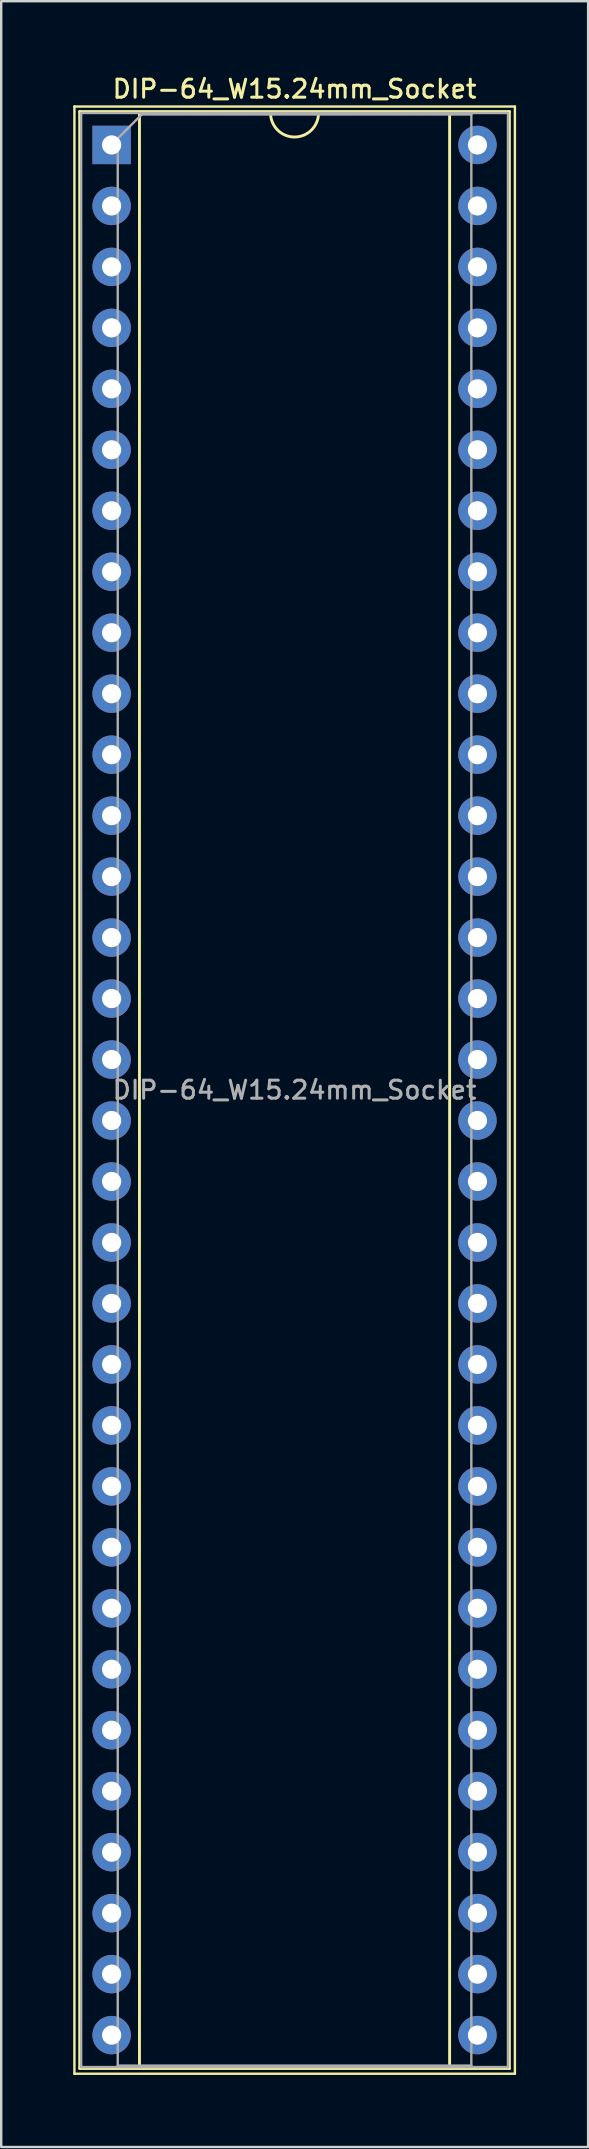
<source format=kicad_pcb>
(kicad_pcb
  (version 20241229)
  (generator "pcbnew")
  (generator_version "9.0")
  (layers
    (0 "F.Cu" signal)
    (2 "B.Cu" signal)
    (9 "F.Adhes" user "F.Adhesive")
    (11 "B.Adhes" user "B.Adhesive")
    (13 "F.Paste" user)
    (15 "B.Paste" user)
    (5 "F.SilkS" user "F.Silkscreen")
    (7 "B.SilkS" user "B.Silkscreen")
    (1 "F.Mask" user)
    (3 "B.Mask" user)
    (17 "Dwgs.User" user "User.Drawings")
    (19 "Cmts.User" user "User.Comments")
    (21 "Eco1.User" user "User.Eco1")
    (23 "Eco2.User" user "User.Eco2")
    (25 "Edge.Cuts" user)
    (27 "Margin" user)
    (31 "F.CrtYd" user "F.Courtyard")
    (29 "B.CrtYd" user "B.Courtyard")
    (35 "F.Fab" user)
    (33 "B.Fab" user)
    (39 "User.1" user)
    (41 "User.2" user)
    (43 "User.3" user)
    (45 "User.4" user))
  (footprint "DIP-64_W15.24mm_Socket"
    (layer "F.Cu")
    (at 1.6 2.988)
    (property "Reference" "DIP-64_W15.24mm_Socket" (at 7.62 -2.33 0) (layer "F.SilkS") (effects (font (size 0.75 0.75) (thickness 0.125))))
    (attr through_hole)
    (fp_line (start -1.55 -1.6) (end -1.55 80.35) (stroke (width 0.1) (type solid)) (layer "F.SilkS"))
    (fp_line (start -1.55 80.35) (end 16.8 80.35) (stroke (width 0.1) (type solid)) (layer "F.SilkS"))
    (fp_line (start -1.33 -1.39) (end -1.33 80.13) (stroke (width 0.12) (type solid)) (layer "F.SilkS"))
    (fp_line (start -1.33 80.13) (end 16.57 80.13) (stroke (width 0.12) (type solid)) (layer "F.SilkS"))
    (fp_line (start 1.16 -1.33) (end 1.16 80.07) (stroke (width 0.12) (type solid)) (layer "F.SilkS"))
    (fp_line (start 1.16 80.07) (end 14.08 80.07) (stroke (width 0.12) (type solid)) (layer "F.SilkS"))
    (fp_line (start 6.62 -1.33) (end 1.16 -1.33) (stroke (width 0.12) (type solid)) (layer "F.SilkS"))
    (fp_line (start 14.08 -1.33) (end 8.62 -1.33) (stroke (width 0.12) (type solid)) (layer "F.SilkS"))
    (fp_line (start 14.08 80.07) (end 14.08 -1.33) (stroke (width 0.12) (type solid)) (layer "F.SilkS"))
    (fp_line (start 16.57 -1.39) (end -1.33 -1.39) (stroke (width 0.12) (type solid)) (layer "F.SilkS"))
    (fp_line (start 16.57 80.13) (end 16.57 -1.39) (stroke (width 0.12) (type solid)) (layer "F.SilkS"))
    (fp_line (start 16.8 -1.6) (end -1.55 -1.6) (stroke (width 0.1) (type solid)) (layer "F.SilkS"))
    (fp_line (start 16.8 80.35) (end 16.8 -1.6) (stroke (width 0.1) (type solid)) (layer "F.SilkS"))
    (fp_arc (start 8.62 -1.33) (mid 7.62 -0.33) (end 6.62 -1.33) (stroke (width 0.12) (type solid)) (layer "F.SilkS"))
    (fp_line (start -1.27 -1.33) (end -1.27 80.07) (stroke (width 0.1) (type solid)) (layer "F.Fab"))
    (fp_line (start -1.27 80.07) (end 16.51 80.07) (stroke (width 0.1) (type solid)) (layer "F.Fab"))
    (fp_line (start 0.255 -0.27) (end 1.255 -1.27) (stroke (width 0.1) (type solid)) (layer "F.Fab"))
    (fp_line (start 0.255 80.01) (end 0.255 -0.27) (stroke (width 0.1) (type solid)) (layer "F.Fab"))
    (fp_line (start 1.255 -1.27) (end 14.985 -1.27) (stroke (width 0.1) (type solid)) (layer "F.Fab"))
    (fp_line (start 14.985 -1.27) (end 14.985 80.01) (stroke (width 0.1) (type solid)) (layer "F.Fab"))
    (fp_line (start 14.985 80.01) (end 0.255 80.01) (stroke (width 0.1) (type solid)) (layer "F.Fab"))
    (fp_line (start 16.51 -1.33) (end -1.27 -1.33) (stroke (width 0.1) (type solid)) (layer "F.Fab"))
    (fp_line (start 16.51 80.07) (end 16.51 -1.33) (stroke (width 0.1) (type solid)) (layer "F.Fab"))
    (fp_text user "${REFERENCE}" (at 7.62 39.37 0) (layer "F.Fab") (effects (font (size 0.75 0.75) (thickness 0.125))))
    (pad "1" thru_hole rect (at 0 0) (size 1.6 1.6) (drill 0.8) (layers "*.Cu" "*.Mask"))
    (pad "2" thru_hole oval (at 0 2.54) (size 1.6 1.6) (drill 0.8) (layers "*.Cu" "*.Mask"))
    (pad "3" thru_hole oval (at 0 5.08) (size 1.6 1.6) (drill 0.8) (layers "*.Cu" "*.Mask"))
    (pad "4" thru_hole oval (at 0 7.62) (size 1.6 1.6) (drill 0.8) (layers "*.Cu" "*.Mask"))
    (pad "5" thru_hole oval (at 0 10.16) (size 1.6 1.6) (drill 0.8) (layers "*.Cu" "*.Mask"))
    (pad "6" thru_hole oval (at 0 12.7) (size 1.6 1.6) (drill 0.8) (layers "*.Cu" "*.Mask"))
    (pad "7" thru_hole oval (at 0 15.24) (size 1.6 1.6) (drill 0.8) (layers "*.Cu" "*.Mask"))
    (pad "8" thru_hole oval (at 0 17.78) (size 1.6 1.6) (drill 0.8) (layers "*.Cu" "*.Mask"))
    (pad "9" thru_hole oval (at 0 20.32) (size 1.6 1.6) (drill 0.8) (layers "*.Cu" "*.Mask"))
    (pad "10" thru_hole oval (at 0 22.86) (size 1.6 1.6) (drill 0.8) (layers "*.Cu" "*.Mask"))
    (pad "11" thru_hole oval (at 0 25.4) (size 1.6 1.6) (drill 0.8) (layers "*.Cu" "*.Mask"))
    (pad "12" thru_hole oval (at 0 27.94) (size 1.6 1.6) (drill 0.8) (layers "*.Cu" "*.Mask"))
    (pad "13" thru_hole oval (at 0 30.48) (size 1.6 1.6) (drill 0.8) (layers "*.Cu" "*.Mask"))
    (pad "14" thru_hole oval (at 0 33.02) (size 1.6 1.6) (drill 0.8) (layers "*.Cu" "*.Mask"))
    (pad "15" thru_hole oval (at 0 35.56) (size 1.6 1.6) (drill 0.8) (layers "*.Cu" "*.Mask"))
    (pad "16" thru_hole oval (at 0 38.1) (size 1.6 1.6) (drill 0.8) (layers "*.Cu" "*.Mask"))
    (pad "17" thru_hole oval (at 0 40.64) (size 1.6 1.6) (drill 0.8) (layers "*.Cu" "*.Mask"))
    (pad "18" thru_hole oval (at 0 43.18) (size 1.6 1.6) (drill 0.8) (layers "*.Cu" "*.Mask"))
    (pad "19" thru_hole oval (at 0 45.72) (size 1.6 1.6) (drill 0.8) (layers "*.Cu" "*.Mask"))
    (pad "20" thru_hole oval (at 0 48.26) (size 1.6 1.6) (drill 0.8) (layers "*.Cu" "*.Mask"))
    (pad "21" thru_hole oval (at 0 50.8) (size 1.6 1.6) (drill 0.8) (layers "*.Cu" "*.Mask"))
    (pad "22" thru_hole oval (at 0 53.34) (size 1.6 1.6) (drill 0.8) (layers "*.Cu" "*.Mask"))
    (pad "23" thru_hole oval (at 0 55.88) (size 1.6 1.6) (drill 0.8) (layers "*.Cu" "*.Mask"))
    (pad "24" thru_hole oval (at 0 58.42) (size 1.6 1.6) (drill 0.8) (layers "*.Cu" "*.Mask"))
    (pad "25" thru_hole oval (at 0 60.96) (size 1.6 1.6) (drill 0.8) (layers "*.Cu" "*.Mask"))
    (pad "26" thru_hole oval (at 0 63.5) (size 1.6 1.6) (drill 0.8) (layers "*.Cu" "*.Mask"))
    (pad "27" thru_hole oval (at 0 66.04) (size 1.6 1.6) (drill 0.8) (layers "*.Cu" "*.Mask"))
    (pad "28" thru_hole oval (at 0 68.58) (size 1.6 1.6) (drill 0.8) (layers "*.Cu" "*.Mask"))
    (pad "29" thru_hole oval (at 0 71.12) (size 1.6 1.6) (drill 0.8) (layers "*.Cu" "*.Mask"))
    (pad "30" thru_hole oval (at 0 73.66) (size 1.6 1.6) (drill 0.8) (layers "*.Cu" "*.Mask"))
    (pad "31" thru_hole oval (at 0 76.2) (size 1.6 1.6) (drill 0.8) (layers "*.Cu" "*.Mask"))
    (pad "32" thru_hole oval (at 0 78.74) (size 1.6 1.6) (drill 0.8) (layers "*.Cu" "*.Mask"))
    (pad "33" thru_hole oval (at 15.24 78.74) (size 1.6 1.6) (drill 0.8) (layers "*.Cu" "*.Mask"))
    (pad "34" thru_hole oval (at 15.24 76.2) (size 1.6 1.6) (drill 0.8) (layers "*.Cu" "*.Mask"))
    (pad "35" thru_hole oval (at 15.24 73.66) (size 1.6 1.6) (drill 0.8) (layers "*.Cu" "*.Mask"))
    (pad "36" thru_hole oval (at 15.24 71.12) (size 1.6 1.6) (drill 0.8) (layers "*.Cu" "*.Mask"))
    (pad "37" thru_hole oval (at 15.24 68.58) (size 1.6 1.6) (drill 0.8) (layers "*.Cu" "*.Mask"))
    (pad "38" thru_hole oval (at 15.24 66.04) (size 1.6 1.6) (drill 0.8) (layers "*.Cu" "*.Mask"))
    (pad "39" thru_hole oval (at 15.24 63.5) (size 1.6 1.6) (drill 0.8) (layers "*.Cu" "*.Mask"))
    (pad "40" thru_hole oval (at 15.24 60.96) (size 1.6 1.6) (drill 0.8) (layers "*.Cu" "*.Mask"))
    (pad "41" thru_hole oval (at 15.24 58.42) (size 1.6 1.6) (drill 0.8) (layers "*.Cu" "*.Mask"))
    (pad "42" thru_hole oval (at 15.24 55.88) (size 1.6 1.6) (drill 0.8) (layers "*.Cu" "*.Mask"))
    (pad "43" thru_hole oval (at 15.24 53.34) (size 1.6 1.6) (drill 0.8) (layers "*.Cu" "*.Mask"))
    (pad "44" thru_hole oval (at 15.24 50.8) (size 1.6 1.6) (drill 0.8) (layers "*.Cu" "*.Mask"))
    (pad "45" thru_hole oval (at 15.24 48.26) (size 1.6 1.6) (drill 0.8) (layers "*.Cu" "*.Mask"))
    (pad "46" thru_hole oval (at 15.24 45.72) (size 1.6 1.6) (drill 0.8) (layers "*.Cu" "*.Mask"))
    (pad "47" thru_hole oval (at 15.24 43.18) (size 1.6 1.6) (drill 0.8) (layers "*.Cu" "*.Mask"))
    (pad "48" thru_hole oval (at 15.24 40.64) (size 1.6 1.6) (drill 0.8) (layers "*.Cu" "*.Mask"))
    (pad "49" thru_hole oval (at 15.24 38.1) (size 1.6 1.6) (drill 0.8) (layers "*.Cu" "*.Mask"))
    (pad "50" thru_hole oval (at 15.24 35.56) (size 1.6 1.6) (drill 0.8) (layers "*.Cu" "*.Mask"))
    (pad "51" thru_hole oval (at 15.24 33.02) (size 1.6 1.6) (drill 0.8) (layers "*.Cu" "*.Mask"))
    (pad "52" thru_hole oval (at 15.24 30.48) (size 1.6 1.6) (drill 0.8) (layers "*.Cu" "*.Mask"))
    (pad "53" thru_hole oval (at 15.24 27.94) (size 1.6 1.6) (drill 0.8) (layers "*.Cu" "*.Mask"))
    (pad "54" thru_hole oval (at 15.24 25.4) (size 1.6 1.6) (drill 0.8) (layers "*.Cu" "*.Mask"))
    (pad "55" thru_hole oval (at 15.24 22.86) (size 1.6 1.6) (drill 0.8) (layers "*.Cu" "*.Mask"))
    (pad "56" thru_hole oval (at 15.24 20.32) (size 1.6 1.6) (drill 0.8) (layers "*.Cu" "*.Mask"))
    (pad "57" thru_hole oval (at 15.24 17.78) (size 1.6 1.6) (drill 0.8) (layers "*.Cu" "*.Mask"))
    (pad "58" thru_hole oval (at 15.24 15.24) (size 1.6 1.6) (drill 0.8) (layers "*.Cu" "*.Mask"))
    (pad "59" thru_hole oval (at 15.24 12.7) (size 1.6 1.6) (drill 0.8) (layers "*.Cu" "*.Mask"))
    (pad "60" thru_hole oval (at 15.24 10.16) (size 1.6 1.6) (drill 0.8) (layers "*.Cu" "*.Mask"))
    (pad "61" thru_hole oval (at 15.24 7.62) (size 1.6 1.6) (drill 0.8) (layers "*.Cu" "*.Mask"))
    (pad "62" thru_hole oval (at 15.24 5.08) (size 1.6 1.6) (drill 0.8) (layers "*.Cu" "*.Mask"))
    (pad "63" thru_hole oval (at 15.24 2.54) (size 1.6 1.6) (drill 0.8) (layers "*.Cu" "*.Mask"))
    (pad "64" thru_hole oval (at 15.24 0) (size 1.6 1.6) (drill 0.8) (layers "*.Cu" "*.Mask")))
  (gr_rect
    (start -3 -3)
    (end 21.45 86.388)
    (stroke (width 0.1) (type default))
    (fill no)
    (layer "Edge.Cuts")))
</source>
